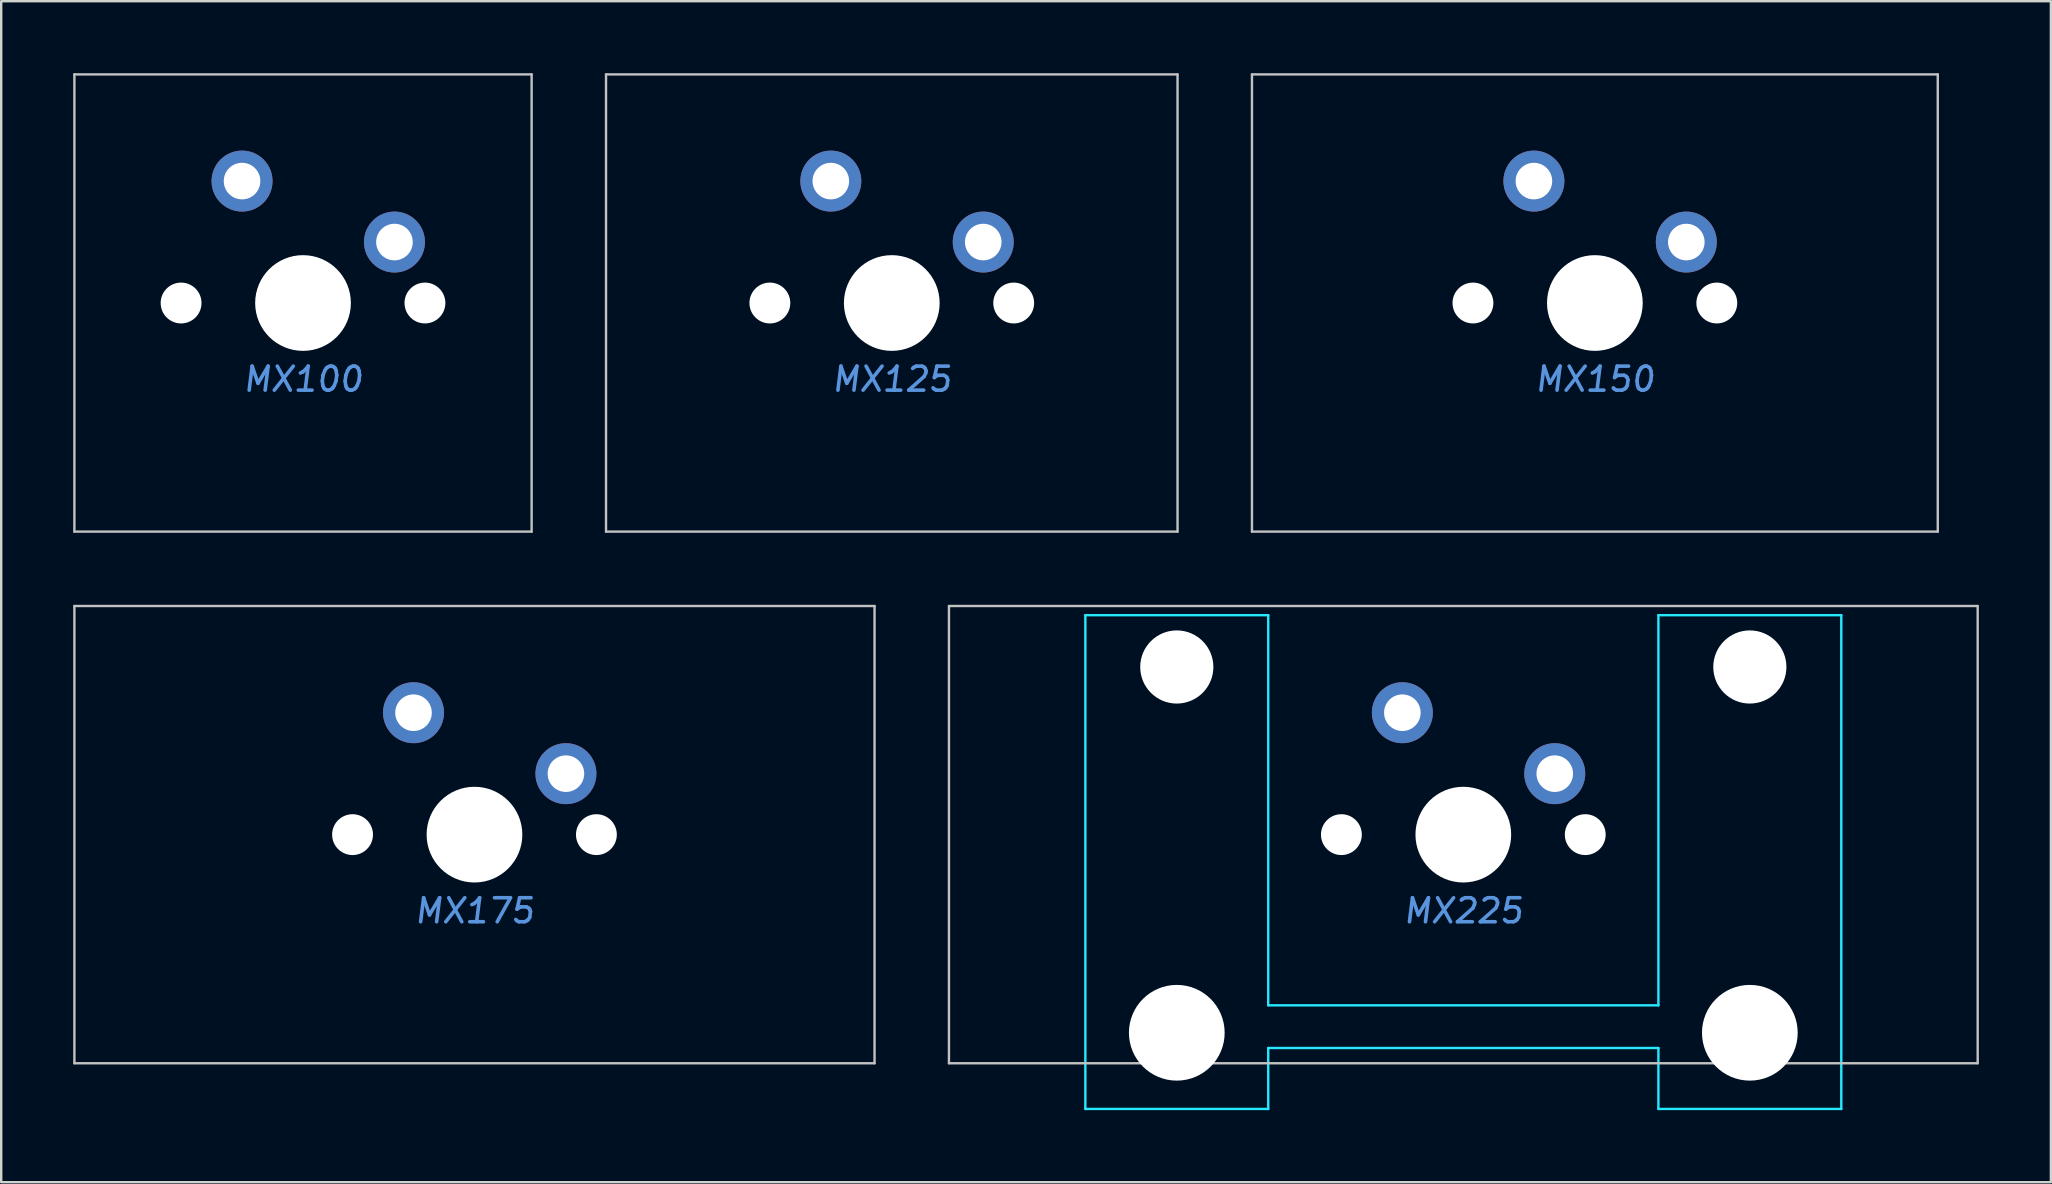
<source format=kicad_pcb>
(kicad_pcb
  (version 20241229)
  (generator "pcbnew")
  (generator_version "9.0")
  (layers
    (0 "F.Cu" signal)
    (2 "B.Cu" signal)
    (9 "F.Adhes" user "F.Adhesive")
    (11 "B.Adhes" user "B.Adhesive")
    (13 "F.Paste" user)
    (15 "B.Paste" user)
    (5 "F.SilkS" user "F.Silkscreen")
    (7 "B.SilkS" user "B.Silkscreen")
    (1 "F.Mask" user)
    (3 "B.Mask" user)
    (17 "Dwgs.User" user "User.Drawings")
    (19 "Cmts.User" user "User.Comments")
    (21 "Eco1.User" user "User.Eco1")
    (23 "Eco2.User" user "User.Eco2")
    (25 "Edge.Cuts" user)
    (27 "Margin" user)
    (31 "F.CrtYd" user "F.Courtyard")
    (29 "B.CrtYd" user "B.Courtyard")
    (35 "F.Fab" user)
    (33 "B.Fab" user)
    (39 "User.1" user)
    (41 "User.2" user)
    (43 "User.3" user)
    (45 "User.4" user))
  (footprint "MX225"
    (layer "F.Cu")
    (at 57.919 31.725)
    (property "Reference" "MX225" (at 0 3.175 0) (layer "Cmts.User") (effects (font (size 1 1) (thickness 0.15) (italic yes))))
    (attr through_hole)
    (fp_line (start -21.431 -9.525) (end -21.431 9.525) (stroke (width 0.1) (type solid)) (layer "Dwgs.User"))
    (fp_line (start -21.431 -9.525) (end 21.431 -9.525) (stroke (width 0.1) (type solid)) (layer "Dwgs.User"))
    (fp_line (start -21.431 9.525) (end 21.431 9.525) (stroke (width 0.1) (type solid)) (layer "Dwgs.User"))
    (fp_line (start 21.431 -9.525) (end 21.431 9.525) (stroke (width 0.1) (type solid)) (layer "Dwgs.User"))
    (fp_line (start -15.748 -9.144) (end -8.128 -9.144) (stroke (width 0.1) (type solid)) (layer "B.CrtYd"))
    (fp_line (start -15.748 11.43) (end -15.748 -9.144) (stroke (width 0.1) (type solid)) (layer "B.CrtYd"))
    (fp_line (start -8.128 -9.144) (end -8.128 7.112) (stroke (width 0.1) (type solid)) (layer "B.CrtYd"))
    (fp_line (start -8.128 7.112) (end 8.128 7.112) (stroke (width 0.1) (type solid)) (layer "B.CrtYd"))
    (fp_line (start -8.128 8.89) (end 8.128 8.89) (stroke (width 0.1) (type solid)) (layer "B.CrtYd"))
    (fp_line (start -8.128 11.43) (end -15.748 11.43) (stroke (width 0.1) (type solid)) (layer "B.CrtYd"))
    (fp_line (start -8.128 11.43) (end -8.128 8.89) (stroke (width 0.1) (type solid)) (layer "B.CrtYd"))
    (fp_line (start 8.128 -9.144) (end 8.128 7.112) (stroke (width 0.1) (type solid)) (layer "B.CrtYd"))
    (fp_line (start 8.128 -9.144) (end 15.748 -9.144) (stroke (width 0.1) (type solid)) (layer "B.CrtYd"))
    (fp_line (start 8.128 11.43) (end 8.128 8.89) (stroke (width 0.1) (type solid)) (layer "B.CrtYd"))
    (fp_line (start 15.748 -9.144) (end 15.748 11.43) (stroke (width 0.1) (type solid)) (layer "B.CrtYd"))
    (fp_line (start 15.748 11.43) (end 8.128 11.43) (stroke (width 0.1) (type solid)) (layer "B.CrtYd"))
    (pad "" np_thru_hole circle (at -11.938 -6.985) (size 3.048 3.048) (drill 3.048) (layers "*.Cu" "*.Mask"))
    (pad "" np_thru_hole circle (at -11.938 8.255) (size 3.988 3.988) (drill 3.988) (layers "*.Cu" "*.Mask"))
    (pad "" np_thru_hole circle (at -5.08 0) (size 1.702 1.702) (drill 1.702) (layers "*.Cu" "*.Mask"))
    (pad "" connect circle (at -2.54 -5.08) (size 1.524 1.524) (layers "B.Mask"))
    (pad "" np_thru_hole circle (at 0 0) (size 3.988 3.988) (drill 3.988) (layers "*.Cu" "*.Mask"))
    (pad "" connect circle (at 3.81 -2.54) (size 1.524 1.524) (layers "B.Mask"))
    (pad "" np_thru_hole circle (at 5.08 0) (size 1.702 1.702) (drill 1.702) (layers "*.Cu" "*.Mask"))
    (pad "" np_thru_hole circle (at 11.938 -6.985) (size 3.048 3.048) (drill 3.048) (layers "*.Cu" "*.Mask"))
    (pad "" np_thru_hole circle (at 11.938 8.255) (size 3.988 3.988) (drill 3.988) (layers "*.Cu" "*.Mask"))
    (pad "1" thru_hole circle (at -2.54 -5.08) (size 2.54 2.54) (drill 1.524) (layers "*.Cu" "F.Mask"))
    (pad "2" thru_hole circle (at 3.81 -2.54) (size 2.54 2.54) (drill 1.524) (layers "*.Cu" "F.Mask")))
  (footprint "MX150"
    (layer "F.Cu")
    (at 63.4 9.575)
    (property "Reference" "MX150" (at 0 3.175 0) (layer "Cmts.User") (effects (font (size 1 1) (thickness 0.15) (italic yes))))
    (attr through_hole)
    (fp_line (start -14.287 -9.525) (end -14.287 9.525) (stroke (width 0.1) (type solid)) (layer "Dwgs.User"))
    (fp_line (start -14.287 -9.525) (end 14.287 -9.525) (stroke (width 0.1) (type solid)) (layer "Dwgs.User"))
    (fp_line (start -14.287 9.525) (end 14.287 9.525) (stroke (width 0.1) (type solid)) (layer "Dwgs.User"))
    (fp_line (start 14.287 -9.525) (end 14.287 9.525) (stroke (width 0.1) (type solid)) (layer "Dwgs.User"))
    (pad "" np_thru_hole circle (at -5.08 0) (size 1.702 1.702) (drill 1.702) (layers "*.Cu" "*.Mask"))
    (pad "" connect circle (at -2.54 -5.08) (size 1.524 1.524) (layers "B.Mask"))
    (pad "" np_thru_hole circle (at 0 0) (size 3.988 3.988) (drill 3.988) (layers "*.Cu" "*.Mask"))
    (pad "" connect circle (at 3.81 -2.54) (size 1.524 1.524) (layers "B.Mask"))
    (pad "" np_thru_hole circle (at 5.08 0) (size 1.702 1.702) (drill 1.702) (layers "*.Cu" "*.Mask"))
    (pad "1" thru_hole circle (at -2.54 -5.08) (size 2.54 2.54) (drill 1.524) (layers "*.Cu" "F.Mask"))
    (pad "2" thru_hole circle (at 3.81 -2.54) (size 2.54 2.54) (drill 1.524) (layers "*.Cu" "F.Mask")))
  (footprint "MX125"
    (layer "F.Cu")
    (at 34.106 9.575)
    (property "Reference" "MX125" (at 0 3.175 0) (layer "Cmts.User") (effects (font (size 1 1) (thickness 0.15) (italic yes))))
    (attr through_hole)
    (fp_line (start -11.906 -9.525) (end -11.906 9.525) (stroke (width 0.1) (type solid)) (layer "Dwgs.User"))
    (fp_line (start -11.906 -9.525) (end 11.906 -9.525) (stroke (width 0.1) (type solid)) (layer "Dwgs.User"))
    (fp_line (start -11.906 9.525) (end 11.906 9.525) (stroke (width 0.1) (type solid)) (layer "Dwgs.User"))
    (fp_line (start 11.906 -9.525) (end 11.906 9.525) (stroke (width 0.1) (type solid)) (layer "Dwgs.User"))
    (pad "" np_thru_hole circle (at -5.08 0) (size 1.702 1.702) (drill 1.702) (layers "*.Cu" "*.Mask"))
    (pad "" connect circle (at -2.54 -5.08) (size 1.524 1.524) (layers "B.Mask"))
    (pad "" np_thru_hole circle (at 0 0) (size 3.988 3.988) (drill 3.988) (layers "*.Cu" "*.Mask"))
    (pad "" connect circle (at 3.81 -2.54) (size 1.524 1.524) (layers "B.Mask"))
    (pad "" np_thru_hole circle (at 5.08 0) (size 1.702 1.702) (drill 1.702) (layers "*.Cu" "*.Mask"))
    (pad "1" thru_hole circle (at -2.54 -5.08) (size 2.54 2.54) (drill 1.524) (layers "*.Cu" "F.Mask"))
    (pad "2" thru_hole circle (at 3.81 -2.54) (size 2.54 2.54) (drill 1.524) (layers "*.Cu" "F.Mask")))
  (footprint "MX100"
    (layer "F.Cu")
    (at 9.575 9.575)
    (property "Reference" "MX100" (at 0 3.175 0) (layer "Cmts.User") (effects (font (size 1 1) (thickness 0.15) (italic yes))))
    (attr through_hole)
    (fp_circle (center 3.81 -2.54) (end 4.318 -2.54) (stroke (width 0.12) (type solid)) (fill no) (layer "F.Mask"))
    (fp_line (start -9.525 -9.525) (end 9.525 -9.525) (stroke (width 0.1) (type solid)) (layer "Dwgs.User"))
    (fp_line (start -9.525 9.525) (end -9.525 -9.525) (stroke (width 0.1) (type solid)) (layer "Dwgs.User"))
    (fp_line (start 9.525 -9.525) (end 9.525 9.525) (stroke (width 0.1) (type solid)) (layer "Dwgs.User"))
    (fp_line (start 9.525 9.525) (end -9.525 9.525) (stroke (width 0.1) (type solid)) (layer "Dwgs.User"))
    (pad "" np_thru_hole circle (at -5.08 0) (size 1.702 1.702) (drill 1.702) (layers "*.Cu" "*.Mask"))
    (pad "" connect circle (at -2.54 -5.08) (size 1.524 1.524) (layers "B.Mask"))
    (pad "" np_thru_hole circle (at 0 0) (size 3.988 3.988) (drill 3.988) (layers "*.Cu" "*.Mask"))
    (pad "" connect circle (at 3.81 -2.54) (size 1.524 1.524) (layers "B.Mask"))
    (pad "" np_thru_hole circle (at 5.08 0) (size 1.702 1.702) (drill 1.702) (layers "*.Cu" "*.Mask"))
    (pad "1" thru_hole circle (at -2.54 -5.08) (size 2.54 2.54) (drill 1.524) (layers "*.Cu" "F.Mask"))
    (pad "2" thru_hole circle (at 3.81 -2.54 90) (size 2.54 2.54) (drill 1.524) (layers "*.Cu" "F.Mask")))
  (footprint "MX175"
    (layer "F.Cu")
    (at 16.719 31.725)
    (property "Reference" "MX175" (at 0 3.175 0) (layer "Cmts.User") (effects (font (size 1 1) (thickness 0.15) (italic yes))))
    (attr through_hole)
    (fp_circle (center -2.54 -5.08) (end -2.032 -5.08) (stroke (width 0.12) (type solid)) (fill no) (layer "F.Mask"))
    (fp_line (start -16.669 -9.525) (end -16.669 9.525) (stroke (width 0.1) (type solid)) (layer "Dwgs.User"))
    (fp_line (start -16.669 -9.525) (end 16.669 -9.525) (stroke (width 0.1) (type solid)) (layer "Dwgs.User"))
    (fp_line (start -16.669 9.525) (end 16.669 9.525) (stroke (width 0.1) (type solid)) (layer "Dwgs.User"))
    (fp_line (start 16.669 -9.525) (end 16.669 9.525) (stroke (width 0.1) (type solid)) (layer "Dwgs.User"))
    (pad "" np_thru_hole circle (at -5.08 0) (size 1.702 1.702) (drill 1.702) (layers "*.Cu" "*.Mask"))
    (pad "" connect circle (at -2.54 -5.08) (size 1.524 1.524) (layers "B.Mask"))
    (pad "" np_thru_hole circle (at 0 0) (size 3.988 3.988) (drill 3.988) (layers "*.Cu" "*.Mask"))
    (pad "" connect circle (at 3.81 -2.54) (size 1.524 1.524) (layers "B.Mask"))
    (pad "" np_thru_hole circle (at 5.08 0) (size 1.702 1.702) (drill 1.702) (layers "*.Cu" "*.Mask"))
    (pad "1" thru_hole circle (at -2.54 -5.08) (size 2.54 2.54) (drill 1.524) (layers "*.Cu" "F.Mask"))
    (pad "2" thru_hole circle (at 3.81 -2.54) (size 2.54 2.54) (drill 1.524) (layers "*.Cu" "F.Mask")))
  (gr_rect
    (start -3 -3)
    (end 82.4 46.205)
    (stroke (width 0.1) (type default))
    (fill no)
    (layer "Edge.Cuts")))
</source>
